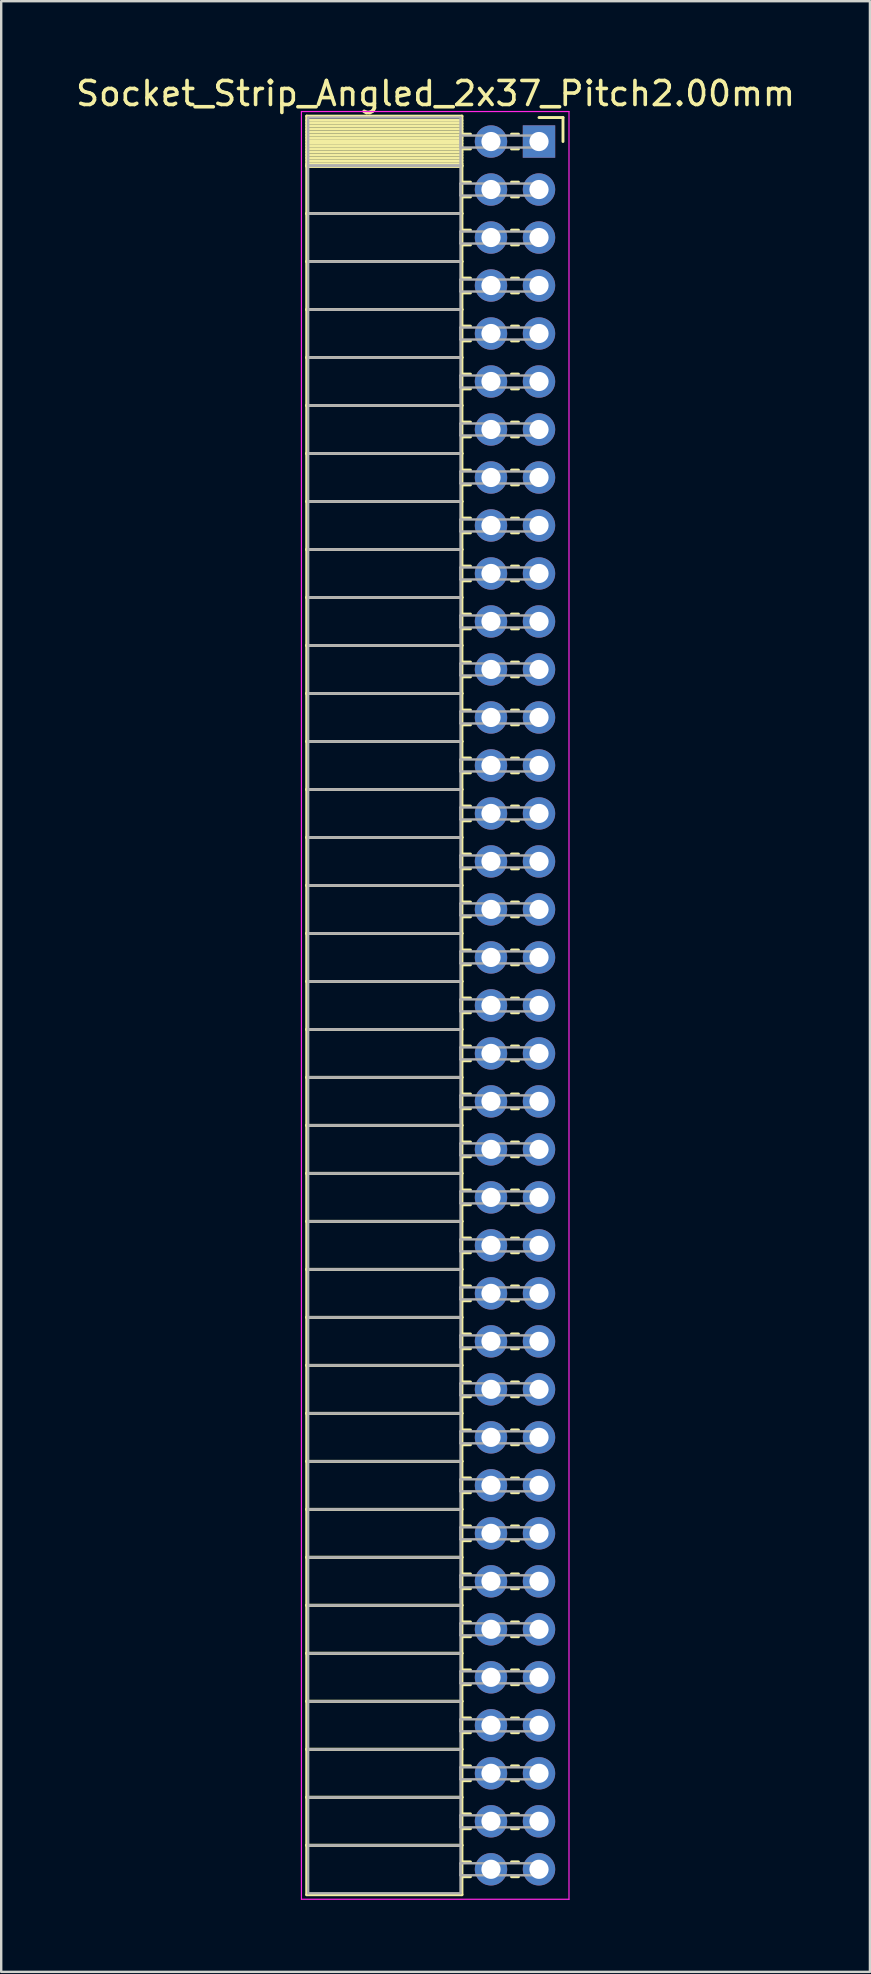
<source format=kicad_pcb>
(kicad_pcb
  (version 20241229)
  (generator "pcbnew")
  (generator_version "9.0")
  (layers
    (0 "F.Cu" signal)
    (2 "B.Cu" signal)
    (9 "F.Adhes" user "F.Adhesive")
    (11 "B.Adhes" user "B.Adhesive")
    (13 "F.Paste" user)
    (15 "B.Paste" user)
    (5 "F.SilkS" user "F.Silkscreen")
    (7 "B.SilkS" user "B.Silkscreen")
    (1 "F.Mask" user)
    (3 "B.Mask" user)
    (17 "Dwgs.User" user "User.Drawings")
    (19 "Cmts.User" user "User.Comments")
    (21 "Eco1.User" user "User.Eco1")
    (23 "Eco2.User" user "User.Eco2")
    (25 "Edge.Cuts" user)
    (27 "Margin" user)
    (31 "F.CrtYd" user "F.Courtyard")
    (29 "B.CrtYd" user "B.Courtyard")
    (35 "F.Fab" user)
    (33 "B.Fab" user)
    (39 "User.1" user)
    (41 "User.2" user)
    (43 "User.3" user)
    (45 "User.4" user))
  (footprint "Socket_Strip_Angled_2x37_Pitch2.00mm"
    (layer "F.Cu")
    (at 19.411 2.848)
    (property "Reference" "Socket_Strip_Angled_2x37_Pitch2.00mm" (at -4.31 -2 0) (layer "F.SilkS") (effects (font (size 1 1) (thickness 0.15))))
    (attr through_hole)
    (fp_line (start -9.68 -1.06) (end -3.21 -1.06) (stroke (width 0.12) (type solid)) (layer "F.SilkS"))
    (fp_line (start -9.68 1) (end -9.68 -1.06) (stroke (width 0.12) (type solid)) (layer "F.SilkS"))
    (fp_line (start -9.68 1) (end -3.21 1) (stroke (width 0.12) (type solid)) (layer "F.SilkS"))
    (fp_line (start -9.68 3) (end -9.68 1) (stroke (width 0.12) (type solid)) (layer "F.SilkS"))
    (fp_line (start -9.68 3) (end -3.21 3) (stroke (width 0.12) (type solid)) (layer "F.SilkS"))
    (fp_line (start -9.68 5) (end -9.68 3) (stroke (width 0.12) (type solid)) (layer "F.SilkS"))
    (fp_line (start -9.68 5) (end -3.21 5) (stroke (width 0.12) (type solid)) (layer "F.SilkS"))
    (fp_line (start -9.68 7) (end -9.68 5) (stroke (width 0.12) (type solid)) (layer "F.SilkS"))
    (fp_line (start -9.68 7) (end -3.21 7) (stroke (width 0.12) (type solid)) (layer "F.SilkS"))
    (fp_line (start -9.68 9) (end -9.68 7) (stroke (width 0.12) (type solid)) (layer "F.SilkS"))
    (fp_line (start -9.68 9) (end -3.21 9) (stroke (width 0.12) (type solid)) (layer "F.SilkS"))
    (fp_line (start -9.68 11) (end -9.68 9) (stroke (width 0.12) (type solid)) (layer "F.SilkS"))
    (fp_line (start -9.68 11) (end -3.21 11) (stroke (width 0.12) (type solid)) (layer "F.SilkS"))
    (fp_line (start -9.68 13) (end -9.68 11) (stroke (width 0.12) (type solid)) (layer "F.SilkS"))
    (fp_line (start -9.68 13) (end -3.21 13) (stroke (width 0.12) (type solid)) (layer "F.SilkS"))
    (fp_line (start -9.68 15) (end -9.68 13) (stroke (width 0.12) (type solid)) (layer "F.SilkS"))
    (fp_line (start -9.68 15) (end -3.21 15) (stroke (width 0.12) (type solid)) (layer "F.SilkS"))
    (fp_line (start -9.68 17) (end -9.68 15) (stroke (width 0.12) (type solid)) (layer "F.SilkS"))
    (fp_line (start -9.68 17) (end -3.21 17) (stroke (width 0.12) (type solid)) (layer "F.SilkS"))
    (fp_line (start -9.68 19) (end -9.68 17) (stroke (width 0.12) (type solid)) (layer "F.SilkS"))
    (fp_line (start -9.68 19) (end -3.21 19) (stroke (width 0.12) (type solid)) (layer "F.SilkS"))
    (fp_line (start -9.68 21) (end -9.68 19) (stroke (width 0.12) (type solid)) (layer "F.SilkS"))
    (fp_line (start -9.68 21) (end -3.21 21) (stroke (width 0.12) (type solid)) (layer "F.SilkS"))
    (fp_line (start -9.68 23) (end -9.68 21) (stroke (width 0.12) (type solid)) (layer "F.SilkS"))
    (fp_line (start -9.68 23) (end -3.21 23) (stroke (width 0.12) (type solid)) (layer "F.SilkS"))
    (fp_line (start -9.68 25) (end -9.68 23) (stroke (width 0.12) (type solid)) (layer "F.SilkS"))
    (fp_line (start -9.68 25) (end -3.21 25) (stroke (width 0.12) (type solid)) (layer "F.SilkS"))
    (fp_line (start -9.68 27) (end -9.68 25) (stroke (width 0.12) (type solid)) (layer "F.SilkS"))
    (fp_line (start -9.68 27) (end -3.21 27) (stroke (width 0.12) (type solid)) (layer "F.SilkS"))
    (fp_line (start -9.68 29) (end -9.68 27) (stroke (width 0.12) (type solid)) (layer "F.SilkS"))
    (fp_line (start -9.68 29) (end -3.21 29) (stroke (width 0.12) (type solid)) (layer "F.SilkS"))
    (fp_line (start -9.68 31) (end -9.68 29) (stroke (width 0.12) (type solid)) (layer "F.SilkS"))
    (fp_line (start -9.68 31) (end -3.21 31) (stroke (width 0.12) (type solid)) (layer "F.SilkS"))
    (fp_line (start -9.68 33) (end -9.68 31) (stroke (width 0.12) (type solid)) (layer "F.SilkS"))
    (fp_line (start -9.68 33) (end -3.21 33) (stroke (width 0.12) (type solid)) (layer "F.SilkS"))
    (fp_line (start -9.68 35) (end -9.68 33) (stroke (width 0.12) (type solid)) (layer "F.SilkS"))
    (fp_line (start -9.68 35) (end -3.21 35) (stroke (width 0.12) (type solid)) (layer "F.SilkS"))
    (fp_line (start -9.68 37) (end -9.68 35) (stroke (width 0.12) (type solid)) (layer "F.SilkS"))
    (fp_line (start -9.68 37) (end -3.21 37) (stroke (width 0.12) (type solid)) (layer "F.SilkS"))
    (fp_line (start -9.68 39) (end -9.68 37) (stroke (width 0.12) (type solid)) (layer "F.SilkS"))
    (fp_line (start -9.68 39) (end -3.21 39) (stroke (width 0.12) (type solid)) (layer "F.SilkS"))
    (fp_line (start -9.68 41) (end -9.68 39) (stroke (width 0.12) (type solid)) (layer "F.SilkS"))
    (fp_line (start -9.68 41) (end -3.21 41) (stroke (width 0.12) (type solid)) (layer "F.SilkS"))
    (fp_line (start -9.68 43) (end -9.68 41) (stroke (width 0.12) (type solid)) (layer "F.SilkS"))
    (fp_line (start -9.68 43) (end -3.21 43) (stroke (width 0.12) (type solid)) (layer "F.SilkS"))
    (fp_line (start -9.68 45) (end -9.68 43) (stroke (width 0.12) (type solid)) (layer "F.SilkS"))
    (fp_line (start -9.68 45) (end -3.21 45) (stroke (width 0.12) (type solid)) (layer "F.SilkS"))
    (fp_line (start -9.68 47) (end -9.68 45) (stroke (width 0.12) (type solid)) (layer "F.SilkS"))
    (fp_line (start -9.68 47) (end -3.21 47) (stroke (width 0.12) (type solid)) (layer "F.SilkS"))
    (fp_line (start -9.68 49) (end -9.68 47) (stroke (width 0.12) (type solid)) (layer "F.SilkS"))
    (fp_line (start -9.68 49) (end -3.21 49) (stroke (width 0.12) (type solid)) (layer "F.SilkS"))
    (fp_line (start -9.68 51) (end -9.68 49) (stroke (width 0.12) (type solid)) (layer "F.SilkS"))
    (fp_line (start -9.68 51) (end -3.21 51) (stroke (width 0.12) (type solid)) (layer "F.SilkS"))
    (fp_line (start -9.68 53) (end -9.68 51) (stroke (width 0.12) (type solid)) (layer "F.SilkS"))
    (fp_line (start -9.68 53) (end -3.21 53) (stroke (width 0.12) (type solid)) (layer "F.SilkS"))
    (fp_line (start -9.68 55) (end -9.68 53) (stroke (width 0.12) (type solid)) (layer "F.SilkS"))
    (fp_line (start -9.68 55) (end -3.21 55) (stroke (width 0.12) (type solid)) (layer "F.SilkS"))
    (fp_line (start -9.68 57) (end -9.68 55) (stroke (width 0.12) (type solid)) (layer "F.SilkS"))
    (fp_line (start -9.68 57) (end -3.21 57) (stroke (width 0.12) (type solid)) (layer "F.SilkS"))
    (fp_line (start -9.68 59) (end -9.68 57) (stroke (width 0.12) (type solid)) (layer "F.SilkS"))
    (fp_line (start -9.68 59) (end -3.21 59) (stroke (width 0.12) (type solid)) (layer "F.SilkS"))
    (fp_line (start -9.68 61) (end -9.68 59) (stroke (width 0.12) (type solid)) (layer "F.SilkS"))
    (fp_line (start -9.68 61) (end -3.21 61) (stroke (width 0.12) (type solid)) (layer "F.SilkS"))
    (fp_line (start -9.68 63) (end -9.68 61) (stroke (width 0.12) (type solid)) (layer "F.SilkS"))
    (fp_line (start -9.68 63) (end -3.21 63) (stroke (width 0.12) (type solid)) (layer "F.SilkS"))
    (fp_line (start -9.68 65) (end -9.68 63) (stroke (width 0.12) (type solid)) (layer "F.SilkS"))
    (fp_line (start -9.68 65) (end -3.21 65) (stroke (width 0.12) (type solid)) (layer "F.SilkS"))
    (fp_line (start -9.68 67) (end -9.68 65) (stroke (width 0.12) (type solid)) (layer "F.SilkS"))
    (fp_line (start -9.68 67) (end -3.21 67) (stroke (width 0.12) (type solid)) (layer "F.SilkS"))
    (fp_line (start -9.68 69) (end -9.68 67) (stroke (width 0.12) (type solid)) (layer "F.SilkS"))
    (fp_line (start -9.68 69) (end -3.21 69) (stroke (width 0.12) (type solid)) (layer "F.SilkS"))
    (fp_line (start -9.68 71) (end -9.68 69) (stroke (width 0.12) (type solid)) (layer "F.SilkS"))
    (fp_line (start -9.68 71) (end -3.21 71) (stroke (width 0.12) (type solid)) (layer "F.SilkS"))
    (fp_line (start -9.68 73.06) (end -9.68 71) (stroke (width 0.12) (type solid)) (layer "F.SilkS"))
    (fp_line (start -3.21 -1.06) (end -3.21 1) (stroke (width 0.12) (type solid)) (layer "F.SilkS"))
    (fp_line (start -3.21 -0.88) (end -9.68 -0.88) (stroke (width 0.12) (type solid)) (layer "F.SilkS"))
    (fp_line (start -3.21 -0.76) (end -9.68 -0.76) (stroke (width 0.12) (type solid)) (layer "F.SilkS"))
    (fp_line (start -3.21 -0.64) (end -9.68 -0.64) (stroke (width 0.12) (type solid)) (layer "F.SilkS"))
    (fp_line (start -3.21 -0.52) (end -9.68 -0.52) (stroke (width 0.12) (type solid)) (layer "F.SilkS"))
    (fp_line (start -3.21 -0.4) (end -9.68 -0.4) (stroke (width 0.12) (type solid)) (layer "F.SilkS"))
    (fp_line (start -3.21 -0.28) (end -9.68 -0.28) (stroke (width 0.12) (type solid)) (layer "F.SilkS"))
    (fp_line (start -3.21 -0.16) (end -9.68 -0.16) (stroke (width 0.12) (type solid)) (layer "F.SilkS"))
    (fp_line (start -3.21 -0.04) (end -9.68 -0.04) (stroke (width 0.12) (type solid)) (layer "F.SilkS"))
    (fp_line (start -3.21 0.08) (end -9.68 0.08) (stroke (width 0.12) (type solid)) (layer "F.SilkS"))
    (fp_line (start -3.21 0.2) (end -9.68 0.2) (stroke (width 0.12) (type solid)) (layer "F.SilkS"))
    (fp_line (start -3.21 0.32) (end -9.68 0.32) (stroke (width 0.12) (type solid)) (layer "F.SilkS"))
    (fp_line (start -3.21 0.44) (end -9.68 0.44) (stroke (width 0.12) (type solid)) (layer "F.SilkS"))
    (fp_line (start -3.21 0.56) (end -9.68 0.56) (stroke (width 0.12) (type solid)) (layer "F.SilkS"))
    (fp_line (start -3.21 0.68) (end -9.68 0.68) (stroke (width 0.12) (type solid)) (layer "F.SilkS"))
    (fp_line (start -3.21 0.8) (end -9.68 0.8) (stroke (width 0.12) (type solid)) (layer "F.SilkS"))
    (fp_line (start -3.21 0.92) (end -9.68 0.92) (stroke (width 0.12) (type solid)) (layer "F.SilkS"))
    (fp_line (start -3.21 1) (end -9.68 1) (stroke (width 0.12) (type solid)) (layer "F.SilkS"))
    (fp_line (start -3.21 1) (end -3.21 3) (stroke (width 0.12) (type solid)) (layer "F.SilkS"))
    (fp_line (start -3.21 1.04) (end -9.68 1.04) (stroke (width 0.12) (type solid)) (layer "F.SilkS"))
    (fp_line (start -3.21 3) (end -9.68 3) (stroke (width 0.12) (type solid)) (layer "F.SilkS"))
    (fp_line (start -3.21 3) (end -3.21 5) (stroke (width 0.12) (type solid)) (layer "F.SilkS"))
    (fp_line (start -3.21 5) (end -9.68 5) (stroke (width 0.12) (type solid)) (layer "F.SilkS"))
    (fp_line (start -3.21 5) (end -3.21 7) (stroke (width 0.12) (type solid)) (layer "F.SilkS"))
    (fp_line (start -3.21 7) (end -9.68 7) (stroke (width 0.12) (type solid)) (layer "F.SilkS"))
    (fp_line (start -3.21 7) (end -3.21 9) (stroke (width 0.12) (type solid)) (layer "F.SilkS"))
    (fp_line (start -3.21 9) (end -9.68 9) (stroke (width 0.12) (type solid)) (layer "F.SilkS"))
    (fp_line (start -3.21 9) (end -3.21 11) (stroke (width 0.12) (type solid)) (layer "F.SilkS"))
    (fp_line (start -3.21 11) (end -9.68 11) (stroke (width 0.12) (type solid)) (layer "F.SilkS"))
    (fp_line (start -3.21 11) (end -3.21 13) (stroke (width 0.12) (type solid)) (layer "F.SilkS"))
    (fp_line (start -3.21 13) (end -9.68 13) (stroke (width 0.12) (type solid)) (layer "F.SilkS"))
    (fp_line (start -3.21 13) (end -3.21 15) (stroke (width 0.12) (type solid)) (layer "F.SilkS"))
    (fp_line (start -3.21 15) (end -9.68 15) (stroke (width 0.12) (type solid)) (layer "F.SilkS"))
    (fp_line (start -3.21 15) (end -3.21 17) (stroke (width 0.12) (type solid)) (layer "F.SilkS"))
    (fp_line (start -3.21 17) (end -9.68 17) (stroke (width 0.12) (type solid)) (layer "F.SilkS"))
    (fp_line (start -3.21 17) (end -3.21 19) (stroke (width 0.12) (type solid)) (layer "F.SilkS"))
    (fp_line (start -3.21 19) (end -9.68 19) (stroke (width 0.12) (type solid)) (layer "F.SilkS"))
    (fp_line (start -3.21 19) (end -3.21 21) (stroke (width 0.12) (type solid)) (layer "F.SilkS"))
    (fp_line (start -3.21 21) (end -9.68 21) (stroke (width 0.12) (type solid)) (layer "F.SilkS"))
    (fp_line (start -3.21 21) (end -3.21 23) (stroke (width 0.12) (type solid)) (layer "F.SilkS"))
    (fp_line (start -3.21 23) (end -9.68 23) (stroke (width 0.12) (type solid)) (layer "F.SilkS"))
    (fp_line (start -3.21 23) (end -3.21 25) (stroke (width 0.12) (type solid)) (layer "F.SilkS"))
    (fp_line (start -3.21 25) (end -9.68 25) (stroke (width 0.12) (type solid)) (layer "F.SilkS"))
    (fp_line (start -3.21 25) (end -3.21 27) (stroke (width 0.12) (type solid)) (layer "F.SilkS"))
    (fp_line (start -3.21 27) (end -9.68 27) (stroke (width 0.12) (type solid)) (layer "F.SilkS"))
    (fp_line (start -3.21 27) (end -3.21 29) (stroke (width 0.12) (type solid)) (layer "F.SilkS"))
    (fp_line (start -3.21 29) (end -9.68 29) (stroke (width 0.12) (type solid)) (layer "F.SilkS"))
    (fp_line (start -3.21 29) (end -3.21 31) (stroke (width 0.12) (type solid)) (layer "F.SilkS"))
    (fp_line (start -3.21 31) (end -9.68 31) (stroke (width 0.12) (type solid)) (layer "F.SilkS"))
    (fp_line (start -3.21 31) (end -3.21 33) (stroke (width 0.12) (type solid)) (layer "F.SilkS"))
    (fp_line (start -3.21 33) (end -9.68 33) (stroke (width 0.12) (type solid)) (layer "F.SilkS"))
    (fp_line (start -3.21 33) (end -3.21 35) (stroke (width 0.12) (type solid)) (layer "F.SilkS"))
    (fp_line (start -3.21 35) (end -9.68 35) (stroke (width 0.12) (type solid)) (layer "F.SilkS"))
    (fp_line (start -3.21 35) (end -3.21 37) (stroke (width 0.12) (type solid)) (layer "F.SilkS"))
    (fp_line (start -3.21 37) (end -9.68 37) (stroke (width 0.12) (type solid)) (layer "F.SilkS"))
    (fp_line (start -3.21 37) (end -3.21 39) (stroke (width 0.12) (type solid)) (layer "F.SilkS"))
    (fp_line (start -3.21 39) (end -9.68 39) (stroke (width 0.12) (type solid)) (layer "F.SilkS"))
    (fp_line (start -3.21 39) (end -3.21 41) (stroke (width 0.12) (type solid)) (layer "F.SilkS"))
    (fp_line (start -3.21 41) (end -9.68 41) (stroke (width 0.12) (type solid)) (layer "F.SilkS"))
    (fp_line (start -3.21 41) (end -3.21 43) (stroke (width 0.12) (type solid)) (layer "F.SilkS"))
    (fp_line (start -3.21 43) (end -9.68 43) (stroke (width 0.12) (type solid)) (layer "F.SilkS"))
    (fp_line (start -3.21 43) (end -3.21 45) (stroke (width 0.12) (type solid)) (layer "F.SilkS"))
    (fp_line (start -3.21 45) (end -9.68 45) (stroke (width 0.12) (type solid)) (layer "F.SilkS"))
    (fp_line (start -3.21 45) (end -3.21 47) (stroke (width 0.12) (type solid)) (layer "F.SilkS"))
    (fp_line (start -3.21 47) (end -9.68 47) (stroke (width 0.12) (type solid)) (layer "F.SilkS"))
    (fp_line (start -3.21 47) (end -3.21 49) (stroke (width 0.12) (type solid)) (layer "F.SilkS"))
    (fp_line (start -3.21 49) (end -9.68 49) (stroke (width 0.12) (type solid)) (layer "F.SilkS"))
    (fp_line (start -3.21 49) (end -3.21 51) (stroke (width 0.12) (type solid)) (layer "F.SilkS"))
    (fp_line (start -3.21 51) (end -9.68 51) (stroke (width 0.12) (type solid)) (layer "F.SilkS"))
    (fp_line (start -3.21 51) (end -3.21 53) (stroke (width 0.12) (type solid)) (layer "F.SilkS"))
    (fp_line (start -3.21 53) (end -9.68 53) (stroke (width 0.12) (type solid)) (layer "F.SilkS"))
    (fp_line (start -3.21 53) (end -3.21 55) (stroke (width 0.12) (type solid)) (layer "F.SilkS"))
    (fp_line (start -3.21 55) (end -9.68 55) (stroke (width 0.12) (type solid)) (layer "F.SilkS"))
    (fp_line (start -3.21 55) (end -3.21 57) (stroke (width 0.12) (type solid)) (layer "F.SilkS"))
    (fp_line (start -3.21 57) (end -9.68 57) (stroke (width 0.12) (type solid)) (layer "F.SilkS"))
    (fp_line (start -3.21 57) (end -3.21 59) (stroke (width 0.12) (type solid)) (layer "F.SilkS"))
    (fp_line (start -3.21 59) (end -9.68 59) (stroke (width 0.12) (type solid)) (layer "F.SilkS"))
    (fp_line (start -3.21 59) (end -3.21 61) (stroke (width 0.12) (type solid)) (layer "F.SilkS"))
    (fp_line (start -3.21 61) (end -9.68 61) (stroke (width 0.12) (type solid)) (layer "F.SilkS"))
    (fp_line (start -3.21 61) (end -3.21 63) (stroke (width 0.12) (type solid)) (layer "F.SilkS"))
    (fp_line (start -3.21 63) (end -9.68 63) (stroke (width 0.12) (type solid)) (layer "F.SilkS"))
    (fp_line (start -3.21 63) (end -3.21 65) (stroke (width 0.12) (type solid)) (layer "F.SilkS"))
    (fp_line (start -3.21 65) (end -9.68 65) (stroke (width 0.12) (type solid)) (layer "F.SilkS"))
    (fp_line (start -3.21 65) (end -3.21 67) (stroke (width 0.12) (type solid)) (layer "F.SilkS"))
    (fp_line (start -3.21 67) (end -9.68 67) (stroke (width 0.12) (type solid)) (layer "F.SilkS"))
    (fp_line (start -3.21 67) (end -3.21 69) (stroke (width 0.12) (type solid)) (layer "F.SilkS"))
    (fp_line (start -3.21 69) (end -9.68 69) (stroke (width 0.12) (type solid)) (layer "F.SilkS"))
    (fp_line (start -3.21 69) (end -3.21 71) (stroke (width 0.12) (type solid)) (layer "F.SilkS"))
    (fp_line (start -3.21 71) (end -9.68 71) (stroke (width 0.12) (type solid)) (layer "F.SilkS"))
    (fp_line (start -3.21 71) (end -3.21 73.06) (stroke (width 0.12) (type solid)) (layer "F.SilkS"))
    (fp_line (start -3.21 73.06) (end -9.68 73.06) (stroke (width 0.12) (type solid)) (layer "F.SilkS"))
    (fp_line (start -2.855 -0.31) (end -3.21 -0.31) (stroke (width 0.12) (type solid)) (layer "F.SilkS"))
    (fp_line (start -2.855 0.31) (end -3.21 0.31) (stroke (width 0.12) (type solid)) (layer "F.SilkS"))
    (fp_line (start -2.855 1.69) (end -3.21 1.69) (stroke (width 0.12) (type solid)) (layer "F.SilkS"))
    (fp_line (start -2.855 2.31) (end -3.21 2.31) (stroke (width 0.12) (type solid)) (layer "F.SilkS"))
    (fp_line (start -2.855 3.69) (end -3.21 3.69) (stroke (width 0.12) (type solid)) (layer "F.SilkS"))
    (fp_line (start -2.855 4.31) (end -3.21 4.31) (stroke (width 0.12) (type solid)) (layer "F.SilkS"))
    (fp_line (start -2.855 5.69) (end -3.21 5.69) (stroke (width 0.12) (type solid)) (layer "F.SilkS"))
    (fp_line (start -2.855 6.31) (end -3.21 6.31) (stroke (width 0.12) (type solid)) (layer "F.SilkS"))
    (fp_line (start -2.855 7.69) (end -3.21 7.69) (stroke (width 0.12) (type solid)) (layer "F.SilkS"))
    (fp_line (start -2.855 8.31) (end -3.21 8.31) (stroke (width 0.12) (type solid)) (layer "F.SilkS"))
    (fp_line (start -2.855 9.69) (end -3.21 9.69) (stroke (width 0.12) (type solid)) (layer "F.SilkS"))
    (fp_line (start -2.855 10.31) (end -3.21 10.31) (stroke (width 0.12) (type solid)) (layer "F.SilkS"))
    (fp_line (start -2.855 11.69) (end -3.21 11.69) (stroke (width 0.12) (type solid)) (layer "F.SilkS"))
    (fp_line (start -2.855 12.31) (end -3.21 12.31) (stroke (width 0.12) (type solid)) (layer "F.SilkS"))
    (fp_line (start -2.855 13.69) (end -3.21 13.69) (stroke (width 0.12) (type solid)) (layer "F.SilkS"))
    (fp_line (start -2.855 14.31) (end -3.21 14.31) (stroke (width 0.12) (type solid)) (layer "F.SilkS"))
    (fp_line (start -2.855 15.69) (end -3.21 15.69) (stroke (width 0.12) (type solid)) (layer "F.SilkS"))
    (fp_line (start -2.855 16.31) (end -3.21 16.31) (stroke (width 0.12) (type solid)) (layer "F.SilkS"))
    (fp_line (start -2.855 17.69) (end -3.21 17.69) (stroke (width 0.12) (type solid)) (layer "F.SilkS"))
    (fp_line (start -2.855 18.31) (end -3.21 18.31) (stroke (width 0.12) (type solid)) (layer "F.SilkS"))
    (fp_line (start -2.855 19.69) (end -3.21 19.69) (stroke (width 0.12) (type solid)) (layer "F.SilkS"))
    (fp_line (start -2.855 20.31) (end -3.21 20.31) (stroke (width 0.12) (type solid)) (layer "F.SilkS"))
    (fp_line (start -2.855 21.69) (end -3.21 21.69) (stroke (width 0.12) (type solid)) (layer "F.SilkS"))
    (fp_line (start -2.855 22.31) (end -3.21 22.31) (stroke (width 0.12) (type solid)) (layer "F.SilkS"))
    (fp_line (start -2.855 23.69) (end -3.21 23.69) (stroke (width 0.12) (type solid)) (layer "F.SilkS"))
    (fp_line (start -2.855 24.31) (end -3.21 24.31) (stroke (width 0.12) (type solid)) (layer "F.SilkS"))
    (fp_line (start -2.855 25.69) (end -3.21 25.69) (stroke (width 0.12) (type solid)) (layer "F.SilkS"))
    (fp_line (start -2.855 26.31) (end -3.21 26.31) (stroke (width 0.12) (type solid)) (layer "F.SilkS"))
    (fp_line (start -2.855 27.69) (end -3.21 27.69) (stroke (width 0.12) (type solid)) (layer "F.SilkS"))
    (fp_line (start -2.855 28.31) (end -3.21 28.31) (stroke (width 0.12) (type solid)) (layer "F.SilkS"))
    (fp_line (start -2.855 29.69) (end -3.21 29.69) (stroke (width 0.12) (type solid)) (layer "F.SilkS"))
    (fp_line (start -2.855 30.31) (end -3.21 30.31) (stroke (width 0.12) (type solid)) (layer "F.SilkS"))
    (fp_line (start -2.855 31.69) (end -3.21 31.69) (stroke (width 0.12) (type solid)) (layer "F.SilkS"))
    (fp_line (start -2.855 32.31) (end -3.21 32.31) (stroke (width 0.12) (type solid)) (layer "F.SilkS"))
    (fp_line (start -2.855 33.69) (end -3.21 33.69) (stroke (width 0.12) (type solid)) (layer "F.SilkS"))
    (fp_line (start -2.855 34.31) (end -3.21 34.31) (stroke (width 0.12) (type solid)) (layer "F.SilkS"))
    (fp_line (start -2.855 35.69) (end -3.21 35.69) (stroke (width 0.12) (type solid)) (layer "F.SilkS"))
    (fp_line (start -2.855 36.31) (end -3.21 36.31) (stroke (width 0.12) (type solid)) (layer "F.SilkS"))
    (fp_line (start -2.855 37.69) (end -3.21 37.69) (stroke (width 0.12) (type solid)) (layer "F.SilkS"))
    (fp_line (start -2.855 38.31) (end -3.21 38.31) (stroke (width 0.12) (type solid)) (layer "F.SilkS"))
    (fp_line (start -2.855 39.69) (end -3.21 39.69) (stroke (width 0.12) (type solid)) (layer "F.SilkS"))
    (fp_line (start -2.855 40.31) (end -3.21 40.31) (stroke (width 0.12) (type solid)) (layer "F.SilkS"))
    (fp_line (start -2.855 41.69) (end -3.21 41.69) (stroke (width 0.12) (type solid)) (layer "F.SilkS"))
    (fp_line (start -2.855 42.31) (end -3.21 42.31) (stroke (width 0.12) (type solid)) (layer "F.SilkS"))
    (fp_line (start -2.855 43.69) (end -3.21 43.69) (stroke (width 0.12) (type solid)) (layer "F.SilkS"))
    (fp_line (start -2.855 44.31) (end -3.21 44.31) (stroke (width 0.12) (type solid)) (layer "F.SilkS"))
    (fp_line (start -2.855 45.69) (end -3.21 45.69) (stroke (width 0.12) (type solid)) (layer "F.SilkS"))
    (fp_line (start -2.855 46.31) (end -3.21 46.31) (stroke (width 0.12) (type solid)) (layer "F.SilkS"))
    (fp_line (start -2.855 47.69) (end -3.21 47.69) (stroke (width 0.12) (type solid)) (layer "F.SilkS"))
    (fp_line (start -2.855 48.31) (end -3.21 48.31) (stroke (width 0.12) (type solid)) (layer "F.SilkS"))
    (fp_line (start -2.855 49.69) (end -3.21 49.69) (stroke (width 0.12) (type solid)) (layer "F.SilkS"))
    (fp_line (start -2.855 50.31) (end -3.21 50.31) (stroke (width 0.12) (type solid)) (layer "F.SilkS"))
    (fp_line (start -2.855 51.69) (end -3.21 51.69) (stroke (width 0.12) (type solid)) (layer "F.SilkS"))
    (fp_line (start -2.855 52.31) (end -3.21 52.31) (stroke (width 0.12) (type solid)) (layer "F.SilkS"))
    (fp_line (start -2.855 53.69) (end -3.21 53.69) (stroke (width 0.12) (type solid)) (layer "F.SilkS"))
    (fp_line (start -2.855 54.31) (end -3.21 54.31) (stroke (width 0.12) (type solid)) (layer "F.SilkS"))
    (fp_line (start -2.855 55.69) (end -3.21 55.69) (stroke (width 0.12) (type solid)) (layer "F.SilkS"))
    (fp_line (start -2.855 56.31) (end -3.21 56.31) (stroke (width 0.12) (type solid)) (layer "F.SilkS"))
    (fp_line (start -2.855 57.69) (end -3.21 57.69) (stroke (width 0.12) (type solid)) (layer "F.SilkS"))
    (fp_line (start -2.855 58.31) (end -3.21 58.31) (stroke (width 0.12) (type solid)) (layer "F.SilkS"))
    (fp_line (start -2.855 59.69) (end -3.21 59.69) (stroke (width 0.12) (type solid)) (layer "F.SilkS"))
    (fp_line (start -2.855 60.31) (end -3.21 60.31) (stroke (width 0.12) (type solid)) (layer "F.SilkS"))
    (fp_line (start -2.855 61.69) (end -3.21 61.69) (stroke (width 0.12) (type solid)) (layer "F.SilkS"))
    (fp_line (start -2.855 62.31) (end -3.21 62.31) (stroke (width 0.12) (type solid)) (layer "F.SilkS"))
    (fp_line (start -2.855 63.69) (end -3.21 63.69) (stroke (width 0.12) (type solid)) (layer "F.SilkS"))
    (fp_line (start -2.855 64.31) (end -3.21 64.31) (stroke (width 0.12) (type solid)) (layer "F.SilkS"))
    (fp_line (start -2.855 65.69) (end -3.21 65.69) (stroke (width 0.12) (type solid)) (layer "F.SilkS"))
    (fp_line (start -2.855 66.31) (end -3.21 66.31) (stroke (width 0.12) (type solid)) (layer "F.SilkS"))
    (fp_line (start -2.855 67.69) (end -3.21 67.69) (stroke (width 0.12) (type solid)) (layer "F.SilkS"))
    (fp_line (start -2.855 68.31) (end -3.21 68.31) (stroke (width 0.12) (type solid)) (layer "F.SilkS"))
    (fp_line (start -2.855 69.69) (end -3.21 69.69) (stroke (width 0.12) (type solid)) (layer "F.SilkS"))
    (fp_line (start -2.855 70.31) (end -3.21 70.31) (stroke (width 0.12) (type solid)) (layer "F.SilkS"))
    (fp_line (start -2.855 71.69) (end -3.21 71.69) (stroke (width 0.12) (type solid)) (layer "F.SilkS"))
    (fp_line (start -2.855 72.31) (end -3.21 72.31) (stroke (width 0.12) (type solid)) (layer "F.SilkS"))
    (fp_line (start -0.855 -0.31) (end -1.145 -0.31) (stroke (width 0.12) (type solid)) (layer "F.SilkS"))
    (fp_line (start -0.855 0.31) (end -1.145 0.31) (stroke (width 0.12) (type solid)) (layer "F.SilkS"))
    (fp_line (start -0.855 1.69) (end -1.145 1.69) (stroke (width 0.12) (type solid)) (layer "F.SilkS"))
    (fp_line (start -0.855 2.31) (end -1.145 2.31) (stroke (width 0.12) (type solid)) (layer "F.SilkS"))
    (fp_line (start -0.855 3.69) (end -1.145 3.69) (stroke (width 0.12) (type solid)) (layer "F.SilkS"))
    (fp_line (start -0.855 4.31) (end -1.145 4.31) (stroke (width 0.12) (type solid)) (layer "F.SilkS"))
    (fp_line (start -0.855 5.69) (end -1.145 5.69) (stroke (width 0.12) (type solid)) (layer "F.SilkS"))
    (fp_line (start -0.855 6.31) (end -1.145 6.31) (stroke (width 0.12) (type solid)) (layer "F.SilkS"))
    (fp_line (start -0.855 7.69) (end -1.145 7.69) (stroke (width 0.12) (type solid)) (layer "F.SilkS"))
    (fp_line (start -0.855 8.31) (end -1.145 8.31) (stroke (width 0.12) (type solid)) (layer "F.SilkS"))
    (fp_line (start -0.855 9.69) (end -1.145 9.69) (stroke (width 0.12) (type solid)) (layer "F.SilkS"))
    (fp_line (start -0.855 10.31) (end -1.145 10.31) (stroke (width 0.12) (type solid)) (layer "F.SilkS"))
    (fp_line (start -0.855 11.69) (end -1.145 11.69) (stroke (width 0.12) (type solid)) (layer "F.SilkS"))
    (fp_line (start -0.855 12.31) (end -1.145 12.31) (stroke (width 0.12) (type solid)) (layer "F.SilkS"))
    (fp_line (start -0.855 13.69) (end -1.145 13.69) (stroke (width 0.12) (type solid)) (layer "F.SilkS"))
    (fp_line (start -0.855 14.31) (end -1.145 14.31) (stroke (width 0.12) (type solid)) (layer "F.SilkS"))
    (fp_line (start -0.855 15.69) (end -1.145 15.69) (stroke (width 0.12) (type solid)) (layer "F.SilkS"))
    (fp_line (start -0.855 16.31) (end -1.145 16.31) (stroke (width 0.12) (type solid)) (layer "F.SilkS"))
    (fp_line (start -0.855 17.69) (end -1.145 17.69) (stroke (width 0.12) (type solid)) (layer "F.SilkS"))
    (fp_line (start -0.855 18.31) (end -1.145 18.31) (stroke (width 0.12) (type solid)) (layer "F.SilkS"))
    (fp_line (start -0.855 19.69) (end -1.145 19.69) (stroke (width 0.12) (type solid)) (layer "F.SilkS"))
    (fp_line (start -0.855 20.31) (end -1.145 20.31) (stroke (width 0.12) (type solid)) (layer "F.SilkS"))
    (fp_line (start -0.855 21.69) (end -1.145 21.69) (stroke (width 0.12) (type solid)) (layer "F.SilkS"))
    (fp_line (start -0.855 22.31) (end -1.145 22.31) (stroke (width 0.12) (type solid)) (layer "F.SilkS"))
    (fp_line (start -0.855 23.69) (end -1.145 23.69) (stroke (width 0.12) (type solid)) (layer "F.SilkS"))
    (fp_line (start -0.855 24.31) (end -1.145 24.31) (stroke (width 0.12) (type solid)) (layer "F.SilkS"))
    (fp_line (start -0.855 25.69) (end -1.145 25.69) (stroke (width 0.12) (type solid)) (layer "F.SilkS"))
    (fp_line (start -0.855 26.31) (end -1.145 26.31) (stroke (width 0.12) (type solid)) (layer "F.SilkS"))
    (fp_line (start -0.855 27.69) (end -1.145 27.69) (stroke (width 0.12) (type solid)) (layer "F.SilkS"))
    (fp_line (start -0.855 28.31) (end -1.145 28.31) (stroke (width 0.12) (type solid)) (layer "F.SilkS"))
    (fp_line (start -0.855 29.69) (end -1.145 29.69) (stroke (width 0.12) (type solid)) (layer "F.SilkS"))
    (fp_line (start -0.855 30.31) (end -1.145 30.31) (stroke (width 0.12) (type solid)) (layer "F.SilkS"))
    (fp_line (start -0.855 31.69) (end -1.145 31.69) (stroke (width 0.12) (type solid)) (layer "F.SilkS"))
    (fp_line (start -0.855 32.31) (end -1.145 32.31) (stroke (width 0.12) (type solid)) (layer "F.SilkS"))
    (fp_line (start -0.855 33.69) (end -1.145 33.69) (stroke (width 0.12) (type solid)) (layer "F.SilkS"))
    (fp_line (start -0.855 34.31) (end -1.145 34.31) (stroke (width 0.12) (type solid)) (layer "F.SilkS"))
    (fp_line (start -0.855 35.69) (end -1.145 35.69) (stroke (width 0.12) (type solid)) (layer "F.SilkS"))
    (fp_line (start -0.855 36.31) (end -1.145 36.31) (stroke (width 0.12) (type solid)) (layer "F.SilkS"))
    (fp_line (start -0.855 37.69) (end -1.145 37.69) (stroke (width 0.12) (type solid)) (layer "F.SilkS"))
    (fp_line (start -0.855 38.31) (end -1.145 38.31) (stroke (width 0.12) (type solid)) (layer "F.SilkS"))
    (fp_line (start -0.855 39.69) (end -1.145 39.69) (stroke (width 0.12) (type solid)) (layer "F.SilkS"))
    (fp_line (start -0.855 40.31) (end -1.145 40.31) (stroke (width 0.12) (type solid)) (layer "F.SilkS"))
    (fp_line (start -0.855 41.69) (end -1.145 41.69) (stroke (width 0.12) (type solid)) (layer "F.SilkS"))
    (fp_line (start -0.855 42.31) (end -1.145 42.31) (stroke (width 0.12) (type solid)) (layer "F.SilkS"))
    (fp_line (start -0.855 43.69) (end -1.145 43.69) (stroke (width 0.12) (type solid)) (layer "F.SilkS"))
    (fp_line (start -0.855 44.31) (end -1.145 44.31) (stroke (width 0.12) (type solid)) (layer "F.SilkS"))
    (fp_line (start -0.855 45.69) (end -1.145 45.69) (stroke (width 0.12) (type solid)) (layer "F.SilkS"))
    (fp_line (start -0.855 46.31) (end -1.145 46.31) (stroke (width 0.12) (type solid)) (layer "F.SilkS"))
    (fp_line (start -0.855 47.69) (end -1.145 47.69) (stroke (width 0.12) (type solid)) (layer "F.SilkS"))
    (fp_line (start -0.855 48.31) (end -1.145 48.31) (stroke (width 0.12) (type solid)) (layer "F.SilkS"))
    (fp_line (start -0.855 49.69) (end -1.145 49.69) (stroke (width 0.12) (type solid)) (layer "F.SilkS"))
    (fp_line (start -0.855 50.31) (end -1.145 50.31) (stroke (width 0.12) (type solid)) (layer "F.SilkS"))
    (fp_line (start -0.855 51.69) (end -1.145 51.69) (stroke (width 0.12) (type solid)) (layer "F.SilkS"))
    (fp_line (start -0.855 52.31) (end -1.145 52.31) (stroke (width 0.12) (type solid)) (layer "F.SilkS"))
    (fp_line (start -0.855 53.69) (end -1.145 53.69) (stroke (width 0.12) (type solid)) (layer "F.SilkS"))
    (fp_line (start -0.855 54.31) (end -1.145 54.31) (stroke (width 0.12) (type solid)) (layer "F.SilkS"))
    (fp_line (start -0.855 55.69) (end -1.145 55.69) (stroke (width 0.12) (type solid)) (layer "F.SilkS"))
    (fp_line (start -0.855 56.31) (end -1.145 56.31) (stroke (width 0.12) (type solid)) (layer "F.SilkS"))
    (fp_line (start -0.855 57.69) (end -1.145 57.69) (stroke (width 0.12) (type solid)) (layer "F.SilkS"))
    (fp_line (start -0.855 58.31) (end -1.145 58.31) (stroke (width 0.12) (type solid)) (layer "F.SilkS"))
    (fp_line (start -0.855 59.69) (end -1.145 59.69) (stroke (width 0.12) (type solid)) (layer "F.SilkS"))
    (fp_line (start -0.855 60.31) (end -1.145 60.31) (stroke (width 0.12) (type solid)) (layer "F.SilkS"))
    (fp_line (start -0.855 61.69) (end -1.145 61.69) (stroke (width 0.12) (type solid)) (layer "F.SilkS"))
    (fp_line (start -0.855 62.31) (end -1.145 62.31) (stroke (width 0.12) (type solid)) (layer "F.SilkS"))
    (fp_line (start -0.855 63.69) (end -1.145 63.69) (stroke (width 0.12) (type solid)) (layer "F.SilkS"))
    (fp_line (start -0.855 64.31) (end -1.145 64.31) (stroke (width 0.12) (type solid)) (layer "F.SilkS"))
    (fp_line (start -0.855 65.69) (end -1.145 65.69) (stroke (width 0.12) (type solid)) (layer "F.SilkS"))
    (fp_line (start -0.855 66.31) (end -1.145 66.31) (stroke (width 0.12) (type solid)) (layer "F.SilkS"))
    (fp_line (start -0.855 67.69) (end -1.145 67.69) (stroke (width 0.12) (type solid)) (layer "F.SilkS"))
    (fp_line (start -0.855 68.31) (end -1.145 68.31) (stroke (width 0.12) (type solid)) (layer "F.SilkS"))
    (fp_line (start -0.855 69.69) (end -1.145 69.69) (stroke (width 0.12) (type solid)) (layer "F.SilkS"))
    (fp_line (start -0.855 70.31) (end -1.145 70.31) (stroke (width 0.12) (type solid)) (layer "F.SilkS"))
    (fp_line (start -0.855 71.69) (end -1.145 71.69) (stroke (width 0.12) (type solid)) (layer "F.SilkS"))
    (fp_line (start -0.855 72.31) (end -1.145 72.31) (stroke (width 0.12) (type solid)) (layer "F.SilkS"))
    (fp_line (start 0 -1) (end 1 -1) (stroke (width 0.12) (type solid)) (layer "F.SilkS"))
    (fp_line (start 1 -1) (end 1 0) (stroke (width 0.12) (type solid)) (layer "F.SilkS"))
    (fp_line (start -9.9 -1.25) (end 1.25 -1.25) (stroke (width 0.05) (type solid)) (layer "F.CrtYd"))
    (fp_line (start -9.9 73.25) (end -9.9 -1.25) (stroke (width 0.05) (type solid)) (layer "F.CrtYd"))
    (fp_line (start 1.25 -1.25) (end 1.25 73.25) (stroke (width 0.05) (type solid)) (layer "F.CrtYd"))
    (fp_line (start 1.25 73.25) (end -9.9 73.25) (stroke (width 0.05) (type solid)) (layer "F.CrtYd"))
    (fp_line (start -9.62 -1) (end -3.27 -1) (stroke (width 0.1) (type solid)) (layer "F.Fab"))
    (fp_line (start -9.62 1) (end -9.62 -1) (stroke (width 0.1) (type solid)) (layer "F.Fab"))
    (fp_line (start -9.62 1) (end -3.27 1) (stroke (width 0.1) (type solid)) (layer "F.Fab"))
    (fp_line (start -9.62 3) (end -9.62 1) (stroke (width 0.1) (type solid)) (layer "F.Fab"))
    (fp_line (start -9.62 3) (end -3.27 3) (stroke (width 0.1) (type solid)) (layer "F.Fab"))
    (fp_line (start -9.62 5) (end -9.62 3) (stroke (width 0.1) (type solid)) (layer "F.Fab"))
    (fp_line (start -9.62 5) (end -3.27 5) (stroke (width 0.1) (type solid)) (layer "F.Fab"))
    (fp_line (start -9.62 7) (end -9.62 5) (stroke (width 0.1) (type solid)) (layer "F.Fab"))
    (fp_line (start -9.62 7) (end -3.27 7) (stroke (width 0.1) (type solid)) (layer "F.Fab"))
    (fp_line (start -9.62 9) (end -9.62 7) (stroke (width 0.1) (type solid)) (layer "F.Fab"))
    (fp_line (start -9.62 9) (end -3.27 9) (stroke (width 0.1) (type solid)) (layer "F.Fab"))
    (fp_line (start -9.62 11) (end -9.62 9) (stroke (width 0.1) (type solid)) (layer "F.Fab"))
    (fp_line (start -9.62 11) (end -3.27 11) (stroke (width 0.1) (type solid)) (layer "F.Fab"))
    (fp_line (start -9.62 13) (end -9.62 11) (stroke (width 0.1) (type solid)) (layer "F.Fab"))
    (fp_line (start -9.62 13) (end -3.27 13) (stroke (width 0.1) (type solid)) (layer "F.Fab"))
    (fp_line (start -9.62 15) (end -9.62 13) (stroke (width 0.1) (type solid)) (layer "F.Fab"))
    (fp_line (start -9.62 15) (end -3.27 15) (stroke (width 0.1) (type solid)) (layer "F.Fab"))
    (fp_line (start -9.62 17) (end -9.62 15) (stroke (width 0.1) (type solid)) (layer "F.Fab"))
    (fp_line (start -9.62 17) (end -3.27 17) (stroke (width 0.1) (type solid)) (layer "F.Fab"))
    (fp_line (start -9.62 19) (end -9.62 17) (stroke (width 0.1) (type solid)) (layer "F.Fab"))
    (fp_line (start -9.62 19) (end -3.27 19) (stroke (width 0.1) (type solid)) (layer "F.Fab"))
    (fp_line (start -9.62 21) (end -9.62 19) (stroke (width 0.1) (type solid)) (layer "F.Fab"))
    (fp_line (start -9.62 21) (end -3.27 21) (stroke (width 0.1) (type solid)) (layer "F.Fab"))
    (fp_line (start -9.62 23) (end -9.62 21) (stroke (width 0.1) (type solid)) (layer "F.Fab"))
    (fp_line (start -9.62 23) (end -3.27 23) (stroke (width 0.1) (type solid)) (layer "F.Fab"))
    (fp_line (start -9.62 25) (end -9.62 23) (stroke (width 0.1) (type solid)) (layer "F.Fab"))
    (fp_line (start -9.62 25) (end -3.27 25) (stroke (width 0.1) (type solid)) (layer "F.Fab"))
    (fp_line (start -9.62 27) (end -9.62 25) (stroke (width 0.1) (type solid)) (layer "F.Fab"))
    (fp_line (start -9.62 27) (end -3.27 27) (stroke (width 0.1) (type solid)) (layer "F.Fab"))
    (fp_line (start -9.62 29) (end -9.62 27) (stroke (width 0.1) (type solid)) (layer "F.Fab"))
    (fp_line (start -9.62 29) (end -3.27 29) (stroke (width 0.1) (type solid)) (layer "F.Fab"))
    (fp_line (start -9.62 31) (end -9.62 29) (stroke (width 0.1) (type solid)) (layer "F.Fab"))
    (fp_line (start -9.62 31) (end -3.27 31) (stroke (width 0.1) (type solid)) (layer "F.Fab"))
    (fp_line (start -9.62 33) (end -9.62 31) (stroke (width 0.1) (type solid)) (layer "F.Fab"))
    (fp_line (start -9.62 33) (end -3.27 33) (stroke (width 0.1) (type solid)) (layer "F.Fab"))
    (fp_line (start -9.62 35) (end -9.62 33) (stroke (width 0.1) (type solid)) (layer "F.Fab"))
    (fp_line (start -9.62 35) (end -3.27 35) (stroke (width 0.1) (type solid)) (layer "F.Fab"))
    (fp_line (start -9.62 37) (end -9.62 35) (stroke (width 0.1) (type solid)) (layer "F.Fab"))
    (fp_line (start -9.62 37) (end -3.27 37) (stroke (width 0.1) (type solid)) (layer "F.Fab"))
    (fp_line (start -9.62 39) (end -9.62 37) (stroke (width 0.1) (type solid)) (layer "F.Fab"))
    (fp_line (start -9.62 39) (end -3.27 39) (stroke (width 0.1) (type solid)) (layer "F.Fab"))
    (fp_line (start -9.62 41) (end -9.62 39) (stroke (width 0.1) (type solid)) (layer "F.Fab"))
    (fp_line (start -9.62 41) (end -3.27 41) (stroke (width 0.1) (type solid)) (layer "F.Fab"))
    (fp_line (start -9.62 43) (end -9.62 41) (stroke (width 0.1) (type solid)) (layer "F.Fab"))
    (fp_line (start -9.62 43) (end -3.27 43) (stroke (width 0.1) (type solid)) (layer "F.Fab"))
    (fp_line (start -9.62 45) (end -9.62 43) (stroke (width 0.1) (type solid)) (layer "F.Fab"))
    (fp_line (start -9.62 45) (end -3.27 45) (stroke (width 0.1) (type solid)) (layer "F.Fab"))
    (fp_line (start -9.62 47) (end -9.62 45) (stroke (width 0.1) (type solid)) (layer "F.Fab"))
    (fp_line (start -9.62 47) (end -3.27 47) (stroke (width 0.1) (type solid)) (layer "F.Fab"))
    (fp_line (start -9.62 49) (end -9.62 47) (stroke (width 0.1) (type solid)) (layer "F.Fab"))
    (fp_line (start -9.62 49) (end -3.27 49) (stroke (width 0.1) (type solid)) (layer "F.Fab"))
    (fp_line (start -9.62 51) (end -9.62 49) (stroke (width 0.1) (type solid)) (layer "F.Fab"))
    (fp_line (start -9.62 51) (end -3.27 51) (stroke (width 0.1) (type solid)) (layer "F.Fab"))
    (fp_line (start -9.62 53) (end -9.62 51) (stroke (width 0.1) (type solid)) (layer "F.Fab"))
    (fp_line (start -9.62 53) (end -3.27 53) (stroke (width 0.1) (type solid)) (layer "F.Fab"))
    (fp_line (start -9.62 55) (end -9.62 53) (stroke (width 0.1) (type solid)) (layer "F.Fab"))
    (fp_line (start -9.62 55) (end -3.27 55) (stroke (width 0.1) (type solid)) (layer "F.Fab"))
    (fp_line (start -9.62 57) (end -9.62 55) (stroke (width 0.1) (type solid)) (layer "F.Fab"))
    (fp_line (start -9.62 57) (end -3.27 57) (stroke (width 0.1) (type solid)) (layer "F.Fab"))
    (fp_line (start -9.62 59) (end -9.62 57) (stroke (width 0.1) (type solid)) (layer "F.Fab"))
    (fp_line (start -9.62 59) (end -3.27 59) (stroke (width 0.1) (type solid)) (layer "F.Fab"))
    (fp_line (start -9.62 61) (end -9.62 59) (stroke (width 0.1) (type solid)) (layer "F.Fab"))
    (fp_line (start -9.62 61) (end -3.27 61) (stroke (width 0.1) (type solid)) (layer "F.Fab"))
    (fp_line (start -9.62 63) (end -9.62 61) (stroke (width 0.1) (type solid)) (layer "F.Fab"))
    (fp_line (start -9.62 63) (end -3.27 63) (stroke (width 0.1) (type solid)) (layer "F.Fab"))
    (fp_line (start -9.62 65) (end -9.62 63) (stroke (width 0.1) (type solid)) (layer "F.Fab"))
    (fp_line (start -9.62 65) (end -3.27 65) (stroke (width 0.1) (type solid)) (layer "F.Fab"))
    (fp_line (start -9.62 67) (end -9.62 65) (stroke (width 0.1) (type solid)) (layer "F.Fab"))
    (fp_line (start -9.62 67) (end -3.27 67) (stroke (width 0.1) (type solid)) (layer "F.Fab"))
    (fp_line (start -9.62 69) (end -9.62 67) (stroke (width 0.1) (type solid)) (layer "F.Fab"))
    (fp_line (start -9.62 69) (end -3.27 69) (stroke (width 0.1) (type solid)) (layer "F.Fab"))
    (fp_line (start -9.62 71) (end -9.62 69) (stroke (width 0.1) (type solid)) (layer "F.Fab"))
    (fp_line (start -9.62 71) (end -3.27 71) (stroke (width 0.1) (type solid)) (layer "F.Fab"))
    (fp_line (start -9.62 73) (end -9.62 71) (stroke (width 0.1) (type solid)) (layer "F.Fab"))
    (fp_line (start -3.27 -1) (end -3.27 1) (stroke (width 0.1) (type solid)) (layer "F.Fab"))
    (fp_line (start -3.27 -0.25) (end 0 -0.25) (stroke (width 0.1) (type solid)) (layer "F.Fab"))
    (fp_line (start -3.27 0.25) (end -3.27 -0.25) (stroke (width 0.1) (type solid)) (layer "F.Fab"))
    (fp_line (start -3.27 1) (end -9.62 1) (stroke (width 0.1) (type solid)) (layer "F.Fab"))
    (fp_line (start -3.27 1) (end -3.27 3) (stroke (width 0.1) (type solid)) (layer "F.Fab"))
    (fp_line (start -3.27 1.75) (end 0 1.75) (stroke (width 0.1) (type solid)) (layer "F.Fab"))
    (fp_line (start -3.27 2.25) (end -3.27 1.75) (stroke (width 0.1) (type solid)) (layer "F.Fab"))
    (fp_line (start -3.27 3) (end -9.62 3) (stroke (width 0.1) (type solid)) (layer "F.Fab"))
    (fp_line (start -3.27 3) (end -3.27 5) (stroke (width 0.1) (type solid)) (layer "F.Fab"))
    (fp_line (start -3.27 3.75) (end 0 3.75) (stroke (width 0.1) (type solid)) (layer "F.Fab"))
    (fp_line (start -3.27 4.25) (end -3.27 3.75) (stroke (width 0.1) (type solid)) (layer "F.Fab"))
    (fp_line (start -3.27 5) (end -9.62 5) (stroke (width 0.1) (type solid)) (layer "F.Fab"))
    (fp_line (start -3.27 5) (end -3.27 7) (stroke (width 0.1) (type solid)) (layer "F.Fab"))
    (fp_line (start -3.27 5.75) (end 0 5.75) (stroke (width 0.1) (type solid)) (layer "F.Fab"))
    (fp_line (start -3.27 6.25) (end -3.27 5.75) (stroke (width 0.1) (type solid)) (layer "F.Fab"))
    (fp_line (start -3.27 7) (end -9.62 7) (stroke (width 0.1) (type solid)) (layer "F.Fab"))
    (fp_line (start -3.27 7) (end -3.27 9) (stroke (width 0.1) (type solid)) (layer "F.Fab"))
    (fp_line (start -3.27 7.75) (end 0 7.75) (stroke (width 0.1) (type solid)) (layer "F.Fab"))
    (fp_line (start -3.27 8.25) (end -3.27 7.75) (stroke (width 0.1) (type solid)) (layer "F.Fab"))
    (fp_line (start -3.27 9) (end -9.62 9) (stroke (width 0.1) (type solid)) (layer "F.Fab"))
    (fp_line (start -3.27 9) (end -3.27 11) (stroke (width 0.1) (type solid)) (layer "F.Fab"))
    (fp_line (start -3.27 9.75) (end 0 9.75) (stroke (width 0.1) (type solid)) (layer "F.Fab"))
    (fp_line (start -3.27 10.25) (end -3.27 9.75) (stroke (width 0.1) (type solid)) (layer "F.Fab"))
    (fp_line (start -3.27 11) (end -9.62 11) (stroke (width 0.1) (type solid)) (layer "F.Fab"))
    (fp_line (start -3.27 11) (end -3.27 13) (stroke (width 0.1) (type solid)) (layer "F.Fab"))
    (fp_line (start -3.27 11.75) (end 0 11.75) (stroke (width 0.1) (type solid)) (layer "F.Fab"))
    (fp_line (start -3.27 12.25) (end -3.27 11.75) (stroke (width 0.1) (type solid)) (layer "F.Fab"))
    (fp_line (start -3.27 13) (end -9.62 13) (stroke (width 0.1) (type solid)) (layer "F.Fab"))
    (fp_line (start -3.27 13) (end -3.27 15) (stroke (width 0.1) (type solid)) (layer "F.Fab"))
    (fp_line (start -3.27 13.75) (end 0 13.75) (stroke (width 0.1) (type solid)) (layer "F.Fab"))
    (fp_line (start -3.27 14.25) (end -3.27 13.75) (stroke (width 0.1) (type solid)) (layer "F.Fab"))
    (fp_line (start -3.27 15) (end -9.62 15) (stroke (width 0.1) (type solid)) (layer "F.Fab"))
    (fp_line (start -3.27 15) (end -3.27 17) (stroke (width 0.1) (type solid)) (layer "F.Fab"))
    (fp_line (start -3.27 15.75) (end 0 15.75) (stroke (width 0.1) (type solid)) (layer "F.Fab"))
    (fp_line (start -3.27 16.25) (end -3.27 15.75) (stroke (width 0.1) (type solid)) (layer "F.Fab"))
    (fp_line (start -3.27 17) (end -9.62 17) (stroke (width 0.1) (type solid)) (layer "F.Fab"))
    (fp_line (start -3.27 17) (end -3.27 19) (stroke (width 0.1) (type solid)) (layer "F.Fab"))
    (fp_line (start -3.27 17.75) (end 0 17.75) (stroke (width 0.1) (type solid)) (layer "F.Fab"))
    (fp_line (start -3.27 18.25) (end -3.27 17.75) (stroke (width 0.1) (type solid)) (layer "F.Fab"))
    (fp_line (start -3.27 19) (end -9.62 19) (stroke (width 0.1) (type solid)) (layer "F.Fab"))
    (fp_line (start -3.27 19) (end -3.27 21) (stroke (width 0.1) (type solid)) (layer "F.Fab"))
    (fp_line (start -3.27 19.75) (end 0 19.75) (stroke (width 0.1) (type solid)) (layer "F.Fab"))
    (fp_line (start -3.27 20.25) (end -3.27 19.75) (stroke (width 0.1) (type solid)) (layer "F.Fab"))
    (fp_line (start -3.27 21) (end -9.62 21) (stroke (width 0.1) (type solid)) (layer "F.Fab"))
    (fp_line (start -3.27 21) (end -3.27 23) (stroke (width 0.1) (type solid)) (layer "F.Fab"))
    (fp_line (start -3.27 21.75) (end 0 21.75) (stroke (width 0.1) (type solid)) (layer "F.Fab"))
    (fp_line (start -3.27 22.25) (end -3.27 21.75) (stroke (width 0.1) (type solid)) (layer "F.Fab"))
    (fp_line (start -3.27 23) (end -9.62 23) (stroke (width 0.1) (type solid)) (layer "F.Fab"))
    (fp_line (start -3.27 23) (end -3.27 25) (stroke (width 0.1) (type solid)) (layer "F.Fab"))
    (fp_line (start -3.27 23.75) (end 0 23.75) (stroke (width 0.1) (type solid)) (layer "F.Fab"))
    (fp_line (start -3.27 24.25) (end -3.27 23.75) (stroke (width 0.1) (type solid)) (layer "F.Fab"))
    (fp_line (start -3.27 25) (end -9.62 25) (stroke (width 0.1) (type solid)) (layer "F.Fab"))
    (fp_line (start -3.27 25) (end -3.27 27) (stroke (width 0.1) (type solid)) (layer "F.Fab"))
    (fp_line (start -3.27 25.75) (end 0 25.75) (stroke (width 0.1) (type solid)) (layer "F.Fab"))
    (fp_line (start -3.27 26.25) (end -3.27 25.75) (stroke (width 0.1) (type solid)) (layer "F.Fab"))
    (fp_line (start -3.27 27) (end -9.62 27) (stroke (width 0.1) (type solid)) (layer "F.Fab"))
    (fp_line (start -3.27 27) (end -3.27 29) (stroke (width 0.1) (type solid)) (layer "F.Fab"))
    (fp_line (start -3.27 27.75) (end 0 27.75) (stroke (width 0.1) (type solid)) (layer "F.Fab"))
    (fp_line (start -3.27 28.25) (end -3.27 27.75) (stroke (width 0.1) (type solid)) (layer "F.Fab"))
    (fp_line (start -3.27 29) (end -9.62 29) (stroke (width 0.1) (type solid)) (layer "F.Fab"))
    (fp_line (start -3.27 29) (end -3.27 31) (stroke (width 0.1) (type solid)) (layer "F.Fab"))
    (fp_line (start -3.27 29.75) (end 0 29.75) (stroke (width 0.1) (type solid)) (layer "F.Fab"))
    (fp_line (start -3.27 30.25) (end -3.27 29.75) (stroke (width 0.1) (type solid)) (layer "F.Fab"))
    (fp_line (start -3.27 31) (end -9.62 31) (stroke (width 0.1) (type solid)) (layer "F.Fab"))
    (fp_line (start -3.27 31) (end -3.27 33) (stroke (width 0.1) (type solid)) (layer "F.Fab"))
    (fp_line (start -3.27 31.75) (end 0 31.75) (stroke (width 0.1) (type solid)) (layer "F.Fab"))
    (fp_line (start -3.27 32.25) (end -3.27 31.75) (stroke (width 0.1) (type solid)) (layer "F.Fab"))
    (fp_line (start -3.27 33) (end -9.62 33) (stroke (width 0.1) (type solid)) (layer "F.Fab"))
    (fp_line (start -3.27 33) (end -3.27 35) (stroke (width 0.1) (type solid)) (layer "F.Fab"))
    (fp_line (start -3.27 33.75) (end 0 33.75) (stroke (width 0.1) (type solid)) (layer "F.Fab"))
    (fp_line (start -3.27 34.25) (end -3.27 33.75) (stroke (width 0.1) (type solid)) (layer "F.Fab"))
    (fp_line (start -3.27 35) (end -9.62 35) (stroke (width 0.1) (type solid)) (layer "F.Fab"))
    (fp_line (start -3.27 35) (end -3.27 37) (stroke (width 0.1) (type solid)) (layer "F.Fab"))
    (fp_line (start -3.27 35.75) (end 0 35.75) (stroke (width 0.1) (type solid)) (layer "F.Fab"))
    (fp_line (start -3.27 36.25) (end -3.27 35.75) (stroke (width 0.1) (type solid)) (layer "F.Fab"))
    (fp_line (start -3.27 37) (end -9.62 37) (stroke (width 0.1) (type solid)) (layer "F.Fab"))
    (fp_line (start -3.27 37) (end -3.27 39) (stroke (width 0.1) (type solid)) (layer "F.Fab"))
    (fp_line (start -3.27 37.75) (end 0 37.75) (stroke (width 0.1) (type solid)) (layer "F.Fab"))
    (fp_line (start -3.27 38.25) (end -3.27 37.75) (stroke (width 0.1) (type solid)) (layer "F.Fab"))
    (fp_line (start -3.27 39) (end -9.62 39) (stroke (width 0.1) (type solid)) (layer "F.Fab"))
    (fp_line (start -3.27 39) (end -3.27 41) (stroke (width 0.1) (type solid)) (layer "F.Fab"))
    (fp_line (start -3.27 39.75) (end 0 39.75) (stroke (width 0.1) (type solid)) (layer "F.Fab"))
    (fp_line (start -3.27 40.25) (end -3.27 39.75) (stroke (width 0.1) (type solid)) (layer "F.Fab"))
    (fp_line (start -3.27 41) (end -9.62 41) (stroke (width 0.1) (type solid)) (layer "F.Fab"))
    (fp_line (start -3.27 41) (end -3.27 43) (stroke (width 0.1) (type solid)) (layer "F.Fab"))
    (fp_line (start -3.27 41.75) (end 0 41.75) (stroke (width 0.1) (type solid)) (layer "F.Fab"))
    (fp_line (start -3.27 42.25) (end -3.27 41.75) (stroke (width 0.1) (type solid)) (layer "F.Fab"))
    (fp_line (start -3.27 43) (end -9.62 43) (stroke (width 0.1) (type solid)) (layer "F.Fab"))
    (fp_line (start -3.27 43) (end -3.27 45) (stroke (width 0.1) (type solid)) (layer "F.Fab"))
    (fp_line (start -3.27 43.75) (end 0 43.75) (stroke (width 0.1) (type solid)) (layer "F.Fab"))
    (fp_line (start -3.27 44.25) (end -3.27 43.75) (stroke (width 0.1) (type solid)) (layer "F.Fab"))
    (fp_line (start -3.27 45) (end -9.62 45) (stroke (width 0.1) (type solid)) (layer "F.Fab"))
    (fp_line (start -3.27 45) (end -3.27 47) (stroke (width 0.1) (type solid)) (layer "F.Fab"))
    (fp_line (start -3.27 45.75) (end 0 45.75) (stroke (width 0.1) (type solid)) (layer "F.Fab"))
    (fp_line (start -3.27 46.25) (end -3.27 45.75) (stroke (width 0.1) (type solid)) (layer "F.Fab"))
    (fp_line (start -3.27 47) (end -9.62 47) (stroke (width 0.1) (type solid)) (layer "F.Fab"))
    (fp_line (start -3.27 47) (end -3.27 49) (stroke (width 0.1) (type solid)) (layer "F.Fab"))
    (fp_line (start -3.27 47.75) (end 0 47.75) (stroke (width 0.1) (type solid)) (layer "F.Fab"))
    (fp_line (start -3.27 48.25) (end -3.27 47.75) (stroke (width 0.1) (type solid)) (layer "F.Fab"))
    (fp_line (start -3.27 49) (end -9.62 49) (stroke (width 0.1) (type solid)) (layer "F.Fab"))
    (fp_line (start -3.27 49) (end -3.27 51) (stroke (width 0.1) (type solid)) (layer "F.Fab"))
    (fp_line (start -3.27 49.75) (end 0 49.75) (stroke (width 0.1) (type solid)) (layer "F.Fab"))
    (fp_line (start -3.27 50.25) (end -3.27 49.75) (stroke (width 0.1) (type solid)) (layer "F.Fab"))
    (fp_line (start -3.27 51) (end -9.62 51) (stroke (width 0.1) (type solid)) (layer "F.Fab"))
    (fp_line (start -3.27 51) (end -3.27 53) (stroke (width 0.1) (type solid)) (layer "F.Fab"))
    (fp_line (start -3.27 51.75) (end 0 51.75) (stroke (width 0.1) (type solid)) (layer "F.Fab"))
    (fp_line (start -3.27 52.25) (end -3.27 51.75) (stroke (width 0.1) (type solid)) (layer "F.Fab"))
    (fp_line (start -3.27 53) (end -9.62 53) (stroke (width 0.1) (type solid)) (layer "F.Fab"))
    (fp_line (start -3.27 53) (end -3.27 55) (stroke (width 0.1) (type solid)) (layer "F.Fab"))
    (fp_line (start -3.27 53.75) (end 0 53.75) (stroke (width 0.1) (type solid)) (layer "F.Fab"))
    (fp_line (start -3.27 54.25) (end -3.27 53.75) (stroke (width 0.1) (type solid)) (layer "F.Fab"))
    (fp_line (start -3.27 55) (end -9.62 55) (stroke (width 0.1) (type solid)) (layer "F.Fab"))
    (fp_line (start -3.27 55) (end -3.27 57) (stroke (width 0.1) (type solid)) (layer "F.Fab"))
    (fp_line (start -3.27 55.75) (end 0 55.75) (stroke (width 0.1) (type solid)) (layer "F.Fab"))
    (fp_line (start -3.27 56.25) (end -3.27 55.75) (stroke (width 0.1) (type solid)) (layer "F.Fab"))
    (fp_line (start -3.27 57) (end -9.62 57) (stroke (width 0.1) (type solid)) (layer "F.Fab"))
    (fp_line (start -3.27 57) (end -3.27 59) (stroke (width 0.1) (type solid)) (layer "F.Fab"))
    (fp_line (start -3.27 57.75) (end 0 57.75) (stroke (width 0.1) (type solid)) (layer "F.Fab"))
    (fp_line (start -3.27 58.25) (end -3.27 57.75) (stroke (width 0.1) (type solid)) (layer "F.Fab"))
    (fp_line (start -3.27 59) (end -9.62 59) (stroke (width 0.1) (type solid)) (layer "F.Fab"))
    (fp_line (start -3.27 59) (end -3.27 61) (stroke (width 0.1) (type solid)) (layer "F.Fab"))
    (fp_line (start -3.27 59.75) (end 0 59.75) (stroke (width 0.1) (type solid)) (layer "F.Fab"))
    (fp_line (start -3.27 60.25) (end -3.27 59.75) (stroke (width 0.1) (type solid)) (layer "F.Fab"))
    (fp_line (start -3.27 61) (end -9.62 61) (stroke (width 0.1) (type solid)) (layer "F.Fab"))
    (fp_line (start -3.27 61) (end -3.27 63) (stroke (width 0.1) (type solid)) (layer "F.Fab"))
    (fp_line (start -3.27 61.75) (end 0 61.75) (stroke (width 0.1) (type solid)) (layer "F.Fab"))
    (fp_line (start -3.27 62.25) (end -3.27 61.75) (stroke (width 0.1) (type solid)) (layer "F.Fab"))
    (fp_line (start -3.27 63) (end -9.62 63) (stroke (width 0.1) (type solid)) (layer "F.Fab"))
    (fp_line (start -3.27 63) (end -3.27 65) (stroke (width 0.1) (type solid)) (layer "F.Fab"))
    (fp_line (start -3.27 63.75) (end 0 63.75) (stroke (width 0.1) (type solid)) (layer "F.Fab"))
    (fp_line (start -3.27 64.25) (end -3.27 63.75) (stroke (width 0.1) (type solid)) (layer "F.Fab"))
    (fp_line (start -3.27 65) (end -9.62 65) (stroke (width 0.1) (type solid)) (layer "F.Fab"))
    (fp_line (start -3.27 65) (end -3.27 67) (stroke (width 0.1) (type solid)) (layer "F.Fab"))
    (fp_line (start -3.27 65.75) (end 0 65.75) (stroke (width 0.1) (type solid)) (layer "F.Fab"))
    (fp_line (start -3.27 66.25) (end -3.27 65.75) (stroke (width 0.1) (type solid)) (layer "F.Fab"))
    (fp_line (start -3.27 67) (end -9.62 67) (stroke (width 0.1) (type solid)) (layer "F.Fab"))
    (fp_line (start -3.27 67) (end -3.27 69) (stroke (width 0.1) (type solid)) (layer "F.Fab"))
    (fp_line (start -3.27 67.75) (end 0 67.75) (stroke (width 0.1) (type solid)) (layer "F.Fab"))
    (fp_line (start -3.27 68.25) (end -3.27 67.75) (stroke (width 0.1) (type solid)) (layer "F.Fab"))
    (fp_line (start -3.27 69) (end -9.62 69) (stroke (width 0.1) (type solid)) (layer "F.Fab"))
    (fp_line (start -3.27 69) (end -3.27 71) (stroke (width 0.1) (type solid)) (layer "F.Fab"))
    (fp_line (start -3.27 69.75) (end 0 69.75) (stroke (width 0.1) (type solid)) (layer "F.Fab"))
    (fp_line (start -3.27 70.25) (end -3.27 69.75) (stroke (width 0.1) (type solid)) (layer "F.Fab"))
    (fp_line (start -3.27 71) (end -9.62 71) (stroke (width 0.1) (type solid)) (layer "F.Fab"))
    (fp_line (start -3.27 71) (end -3.27 73) (stroke (width 0.1) (type solid)) (layer "F.Fab"))
    (fp_line (start -3.27 71.75) (end 0 71.75) (stroke (width 0.1) (type solid)) (layer "F.Fab"))
    (fp_line (start -3.27 72.25) (end -3.27 71.75) (stroke (width 0.1) (type solid)) (layer "F.Fab"))
    (fp_line (start -3.27 73) (end -9.62 73) (stroke (width 0.1) (type solid)) (layer "F.Fab"))
    (fp_line (start 0 -0.25) (end 0 0.25) (stroke (width 0.1) (type solid)) (layer "F.Fab"))
    (fp_line (start 0 0.25) (end -3.27 0.25) (stroke (width 0.1) (type solid)) (layer "F.Fab"))
    (fp_line (start 0 1.75) (end 0 2.25) (stroke (width 0.1) (type solid)) (layer "F.Fab"))
    (fp_line (start 0 2.25) (end -3.27 2.25) (stroke (width 0.1) (type solid)) (layer "F.Fab"))
    (fp_line (start 0 3.75) (end 0 4.25) (stroke (width 0.1) (type solid)) (layer "F.Fab"))
    (fp_line (start 0 4.25) (end -3.27 4.25) (stroke (width 0.1) (type solid)) (layer "F.Fab"))
    (fp_line (start 0 5.75) (end 0 6.25) (stroke (width 0.1) (type solid)) (layer "F.Fab"))
    (fp_line (start 0 6.25) (end -3.27 6.25) (stroke (width 0.1) (type solid)) (layer "F.Fab"))
    (fp_line (start 0 7.75) (end 0 8.25) (stroke (width 0.1) (type solid)) (layer "F.Fab"))
    (fp_line (start 0 8.25) (end -3.27 8.25) (stroke (width 0.1) (type solid)) (layer "F.Fab"))
    (fp_line (start 0 9.75) (end 0 10.25) (stroke (width 0.1) (type solid)) (layer "F.Fab"))
    (fp_line (start 0 10.25) (end -3.27 10.25) (stroke (width 0.1) (type solid)) (layer "F.Fab"))
    (fp_line (start 0 11.75) (end 0 12.25) (stroke (width 0.1) (type solid)) (layer "F.Fab"))
    (fp_line (start 0 12.25) (end -3.27 12.25) (stroke (width 0.1) (type solid)) (layer "F.Fab"))
    (fp_line (start 0 13.75) (end 0 14.25) (stroke (width 0.1) (type solid)) (layer "F.Fab"))
    (fp_line (start 0 14.25) (end -3.27 14.25) (stroke (width 0.1) (type solid)) (layer "F.Fab"))
    (fp_line (start 0 15.75) (end 0 16.25) (stroke (width 0.1) (type solid)) (layer "F.Fab"))
    (fp_line (start 0 16.25) (end -3.27 16.25) (stroke (width 0.1) (type solid)) (layer "F.Fab"))
    (fp_line (start 0 17.75) (end 0 18.25) (stroke (width 0.1) (type solid)) (layer "F.Fab"))
    (fp_line (start 0 18.25) (end -3.27 18.25) (stroke (width 0.1) (type solid)) (layer "F.Fab"))
    (fp_line (start 0 19.75) (end 0 20.25) (stroke (width 0.1) (type solid)) (layer "F.Fab"))
    (fp_line (start 0 20.25) (end -3.27 20.25) (stroke (width 0.1) (type solid)) (layer "F.Fab"))
    (fp_line (start 0 21.75) (end 0 22.25) (stroke (width 0.1) (type solid)) (layer "F.Fab"))
    (fp_line (start 0 22.25) (end -3.27 22.25) (stroke (width 0.1) (type solid)) (layer "F.Fab"))
    (fp_line (start 0 23.75) (end 0 24.25) (stroke (width 0.1) (type solid)) (layer "F.Fab"))
    (fp_line (start 0 24.25) (end -3.27 24.25) (stroke (width 0.1) (type solid)) (layer "F.Fab"))
    (fp_line (start 0 25.75) (end 0 26.25) (stroke (width 0.1) (type solid)) (layer "F.Fab"))
    (fp_line (start 0 26.25) (end -3.27 26.25) (stroke (width 0.1) (type solid)) (layer "F.Fab"))
    (fp_line (start 0 27.75) (end 0 28.25) (stroke (width 0.1) (type solid)) (layer "F.Fab"))
    (fp_line (start 0 28.25) (end -3.27 28.25) (stroke (width 0.1) (type solid)) (layer "F.Fab"))
    (fp_line (start 0 29.75) (end 0 30.25) (stroke (width 0.1) (type solid)) (layer "F.Fab"))
    (fp_line (start 0 30.25) (end -3.27 30.25) (stroke (width 0.1) (type solid)) (layer "F.Fab"))
    (fp_line (start 0 31.75) (end 0 32.25) (stroke (width 0.1) (type solid)) (layer "F.Fab"))
    (fp_line (start 0 32.25) (end -3.27 32.25) (stroke (width 0.1) (type solid)) (layer "F.Fab"))
    (fp_line (start 0 33.75) (end 0 34.25) (stroke (width 0.1) (type solid)) (layer "F.Fab"))
    (fp_line (start 0 34.25) (end -3.27 34.25) (stroke (width 0.1) (type solid)) (layer "F.Fab"))
    (fp_line (start 0 35.75) (end 0 36.25) (stroke (width 0.1) (type solid)) (layer "F.Fab"))
    (fp_line (start 0 36.25) (end -3.27 36.25) (stroke (width 0.1) (type solid)) (layer "F.Fab"))
    (fp_line (start 0 37.75) (end 0 38.25) (stroke (width 0.1) (type solid)) (layer "F.Fab"))
    (fp_line (start 0 38.25) (end -3.27 38.25) (stroke (width 0.1) (type solid)) (layer "F.Fab"))
    (fp_line (start 0 39.75) (end 0 40.25) (stroke (width 0.1) (type solid)) (layer "F.Fab"))
    (fp_line (start 0 40.25) (end -3.27 40.25) (stroke (width 0.1) (type solid)) (layer "F.Fab"))
    (fp_line (start 0 41.75) (end 0 42.25) (stroke (width 0.1) (type solid)) (layer "F.Fab"))
    (fp_line (start 0 42.25) (end -3.27 42.25) (stroke (width 0.1) (type solid)) (layer "F.Fab"))
    (fp_line (start 0 43.75) (end 0 44.25) (stroke (width 0.1) (type solid)) (layer "F.Fab"))
    (fp_line (start 0 44.25) (end -3.27 44.25) (stroke (width 0.1) (type solid)) (layer "F.Fab"))
    (fp_line (start 0 45.75) (end 0 46.25) (stroke (width 0.1) (type solid)) (layer "F.Fab"))
    (fp_line (start 0 46.25) (end -3.27 46.25) (stroke (width 0.1) (type solid)) (layer "F.Fab"))
    (fp_line (start 0 47.75) (end 0 48.25) (stroke (width 0.1) (type solid)) (layer "F.Fab"))
    (fp_line (start 0 48.25) (end -3.27 48.25) (stroke (width 0.1) (type solid)) (layer "F.Fab"))
    (fp_line (start 0 49.75) (end 0 50.25) (stroke (width 0.1) (type solid)) (layer "F.Fab"))
    (fp_line (start 0 50.25) (end -3.27 50.25) (stroke (width 0.1) (type solid)) (layer "F.Fab"))
    (fp_line (start 0 51.75) (end 0 52.25) (stroke (width 0.1) (type solid)) (layer "F.Fab"))
    (fp_line (start 0 52.25) (end -3.27 52.25) (stroke (width 0.1) (type solid)) (layer "F.Fab"))
    (fp_line (start 0 53.75) (end 0 54.25) (stroke (width 0.1) (type solid)) (layer "F.Fab"))
    (fp_line (start 0 54.25) (end -3.27 54.25) (stroke (width 0.1) (type solid)) (layer "F.Fab"))
    (fp_line (start 0 55.75) (end 0 56.25) (stroke (width 0.1) (type solid)) (layer "F.Fab"))
    (fp_line (start 0 56.25) (end -3.27 56.25) (stroke (width 0.1) (type solid)) (layer "F.Fab"))
    (fp_line (start 0 57.75) (end 0 58.25) (stroke (width 0.1) (type solid)) (layer "F.Fab"))
    (fp_line (start 0 58.25) (end -3.27 58.25) (stroke (width 0.1) (type solid)) (layer "F.Fab"))
    (fp_line (start 0 59.75) (end 0 60.25) (stroke (width 0.1) (type solid)) (layer "F.Fab"))
    (fp_line (start 0 60.25) (end -3.27 60.25) (stroke (width 0.1) (type solid)) (layer "F.Fab"))
    (fp_line (start 0 61.75) (end 0 62.25) (stroke (width 0.1) (type solid)) (layer "F.Fab"))
    (fp_line (start 0 62.25) (end -3.27 62.25) (stroke (width 0.1) (type solid)) (layer "F.Fab"))
    (fp_line (start 0 63.75) (end 0 64.25) (stroke (width 0.1) (type solid)) (layer "F.Fab"))
    (fp_line (start 0 64.25) (end -3.27 64.25) (stroke (width 0.1) (type solid)) (layer "F.Fab"))
    (fp_line (start 0 65.75) (end 0 66.25) (stroke (width 0.1) (type solid)) (layer "F.Fab"))
    (fp_line (start 0 66.25) (end -3.27 66.25) (stroke (width 0.1) (type solid)) (layer "F.Fab"))
    (fp_line (start 0 67.75) (end 0 68.25) (stroke (width 0.1) (type solid)) (layer "F.Fab"))
    (fp_line (start 0 68.25) (end -3.27 68.25) (stroke (width 0.1) (type solid)) (layer "F.Fab"))
    (fp_line (start 0 69.75) (end 0 70.25) (stroke (width 0.1) (type solid)) (layer "F.Fab"))
    (fp_line (start 0 70.25) (end -3.27 70.25) (stroke (width 0.1) (type solid)) (layer "F.Fab"))
    (fp_line (start 0 71.75) (end 0 72.25) (stroke (width 0.1) (type solid)) (layer "F.Fab"))
    (fp_line (start 0 72.25) (end -3.27 72.25) (stroke (width 0.1) (type solid)) (layer "F.Fab"))
    (pad "1" thru_hole rect (at 0 0) (size 1.35 1.35) (drill 0.8) (layers "*.Cu" "*.Mask"))
    (pad "2" thru_hole oval (at -2 0) (size 1.35 1.35) (drill 0.8) (layers "*.Cu" "*.Mask"))
    (pad "3" thru_hole oval (at 0 2) (size 1.35 1.35) (drill 0.8) (layers "*.Cu" "*.Mask"))
    (pad "4" thru_hole oval (at -2 2) (size 1.35 1.35) (drill 0.8) (layers "*.Cu" "*.Mask"))
    (pad "5" thru_hole oval (at 0 4) (size 1.35 1.35) (drill 0.8) (layers "*.Cu" "*.Mask"))
    (pad "6" thru_hole oval (at -2 4) (size 1.35 1.35) (drill 0.8) (layers "*.Cu" "*.Mask"))
    (pad "7" thru_hole oval (at 0 6) (size 1.35 1.35) (drill 0.8) (layers "*.Cu" "*.Mask"))
    (pad "8" thru_hole oval (at -2 6) (size 1.35 1.35) (drill 0.8) (layers "*.Cu" "*.Mask"))
    (pad "9" thru_hole oval (at 0 8) (size 1.35 1.35) (drill 0.8) (layers "*.Cu" "*.Mask"))
    (pad "10" thru_hole oval (at -2 8) (size 1.35 1.35) (drill 0.8) (layers "*.Cu" "*.Mask"))
    (pad "11" thru_hole oval (at 0 10) (size 1.35 1.35) (drill 0.8) (layers "*.Cu" "*.Mask"))
    (pad "12" thru_hole oval (at -2 10) (size 1.35 1.35) (drill 0.8) (layers "*.Cu" "*.Mask"))
    (pad "13" thru_hole oval (at 0 12) (size 1.35 1.35) (drill 0.8) (layers "*.Cu" "*.Mask"))
    (pad "14" thru_hole oval (at -2 12) (size 1.35 1.35) (drill 0.8) (layers "*.Cu" "*.Mask"))
    (pad "15" thru_hole oval (at 0 14) (size 1.35 1.35) (drill 0.8) (layers "*.Cu" "*.Mask"))
    (pad "16" thru_hole oval (at -2 14) (size 1.35 1.35) (drill 0.8) (layers "*.Cu" "*.Mask"))
    (pad "17" thru_hole oval (at 0 16) (size 1.35 1.35) (drill 0.8) (layers "*.Cu" "*.Mask"))
    (pad "18" thru_hole oval (at -2 16) (size 1.35 1.35) (drill 0.8) (layers "*.Cu" "*.Mask"))
    (pad "19" thru_hole oval (at 0 18) (size 1.35 1.35) (drill 0.8) (layers "*.Cu" "*.Mask"))
    (pad "20" thru_hole oval (at -2 18) (size 1.35 1.35) (drill 0.8) (layers "*.Cu" "*.Mask"))
    (pad "21" thru_hole oval (at 0 20) (size 1.35 1.35) (drill 0.8) (layers "*.Cu" "*.Mask"))
    (pad "22" thru_hole oval (at -2 20) (size 1.35 1.35) (drill 0.8) (layers "*.Cu" "*.Mask"))
    (pad "23" thru_hole oval (at 0 22) (size 1.35 1.35) (drill 0.8) (layers "*.Cu" "*.Mask"))
    (pad "24" thru_hole oval (at -2 22) (size 1.35 1.35) (drill 0.8) (layers "*.Cu" "*.Mask"))
    (pad "25" thru_hole oval (at 0 24) (size 1.35 1.35) (drill 0.8) (layers "*.Cu" "*.Mask"))
    (pad "26" thru_hole oval (at -2 24) (size 1.35 1.35) (drill 0.8) (layers "*.Cu" "*.Mask"))
    (pad "27" thru_hole oval (at 0 26) (size 1.35 1.35) (drill 0.8) (layers "*.Cu" "*.Mask"))
    (pad "28" thru_hole oval (at -2 26) (size 1.35 1.35) (drill 0.8) (layers "*.Cu" "*.Mask"))
    (pad "29" thru_hole oval (at 0 28) (size 1.35 1.35) (drill 0.8) (layers "*.Cu" "*.Mask"))
    (pad "30" thru_hole oval (at -2 28) (size 1.35 1.35) (drill 0.8) (layers "*.Cu" "*.Mask"))
    (pad "31" thru_hole oval (at 0 30) (size 1.35 1.35) (drill 0.8) (layers "*.Cu" "*.Mask"))
    (pad "32" thru_hole oval (at -2 30) (size 1.35 1.35) (drill 0.8) (layers "*.Cu" "*.Mask"))
    (pad "33" thru_hole oval (at 0 32) (size 1.35 1.35) (drill 0.8) (layers "*.Cu" "*.Mask"))
    (pad "34" thru_hole oval (at -2 32) (size 1.35 1.35) (drill 0.8) (layers "*.Cu" "*.Mask"))
    (pad "35" thru_hole oval (at 0 34) (size 1.35 1.35) (drill 0.8) (layers "*.Cu" "*.Mask"))
    (pad "36" thru_hole oval (at -2 34) (size 1.35 1.35) (drill 0.8) (layers "*.Cu" "*.Mask"))
    (pad "37" thru_hole oval (at 0 36) (size 1.35 1.35) (drill 0.8) (layers "*.Cu" "*.Mask"))
    (pad "38" thru_hole oval (at -2 36) (size 1.35 1.35) (drill 0.8) (layers "*.Cu" "*.Mask"))
    (pad "39" thru_hole oval (at 0 38) (size 1.35 1.35) (drill 0.8) (layers "*.Cu" "*.Mask"))
    (pad "40" thru_hole oval (at -2 38) (size 1.35 1.35) (drill 0.8) (layers "*.Cu" "*.Mask"))
    (pad "41" thru_hole oval (at 0 40) (size 1.35 1.35) (drill 0.8) (layers "*.Cu" "*.Mask"))
    (pad "42" thru_hole oval (at -2 40) (size 1.35 1.35) (drill 0.8) (layers "*.Cu" "*.Mask"))
    (pad "43" thru_hole oval (at 0 42) (size 1.35 1.35) (drill 0.8) (layers "*.Cu" "*.Mask"))
    (pad "44" thru_hole oval (at -2 42) (size 1.35 1.35) (drill 0.8) (layers "*.Cu" "*.Mask"))
    (pad "45" thru_hole oval (at 0 44) (size 1.35 1.35) (drill 0.8) (layers "*.Cu" "*.Mask"))
    (pad "46" thru_hole oval (at -2 44) (size 1.35 1.35) (drill 0.8) (layers "*.Cu" "*.Mask"))
    (pad "47" thru_hole oval (at 0 46) (size 1.35 1.35) (drill 0.8) (layers "*.Cu" "*.Mask"))
    (pad "48" thru_hole oval (at -2 46) (size 1.35 1.35) (drill 0.8) (layers "*.Cu" "*.Mask"))
    (pad "49" thru_hole oval (at 0 48) (size 1.35 1.35) (drill 0.8) (layers "*.Cu" "*.Mask"))
    (pad "50" thru_hole oval (at -2 48) (size 1.35 1.35) (drill 0.8) (layers "*.Cu" "*.Mask"))
    (pad "51" thru_hole oval (at 0 50) (size 1.35 1.35) (drill 0.8) (layers "*.Cu" "*.Mask"))
    (pad "52" thru_hole oval (at -2 50) (size 1.35 1.35) (drill 0.8) (layers "*.Cu" "*.Mask"))
    (pad "53" thru_hole oval (at 0 52) (size 1.35 1.35) (drill 0.8) (layers "*.Cu" "*.Mask"))
    (pad "54" thru_hole oval (at -2 52) (size 1.35 1.35) (drill 0.8) (layers "*.Cu" "*.Mask"))
    (pad "55" thru_hole oval (at 0 54) (size 1.35 1.35) (drill 0.8) (layers "*.Cu" "*.Mask"))
    (pad "56" thru_hole oval (at -2 54) (size 1.35 1.35) (drill 0.8) (layers "*.Cu" "*.Mask"))
    (pad "57" thru_hole oval (at 0 56) (size 1.35 1.35) (drill 0.8) (layers "*.Cu" "*.Mask"))
    (pad "58" thru_hole oval (at -2 56) (size 1.35 1.35) (drill 0.8) (layers "*.Cu" "*.Mask"))
    (pad "59" thru_hole oval (at 0 58) (size 1.35 1.35) (drill 0.8) (layers "*.Cu" "*.Mask"))
    (pad "60" thru_hole oval (at -2 58) (size 1.35 1.35) (drill 0.8) (layers "*.Cu" "*.Mask"))
    (pad "61" thru_hole oval (at 0 60) (size 1.35 1.35) (drill 0.8) (layers "*.Cu" "*.Mask"))
    (pad "62" thru_hole oval (at -2 60) (size 1.35 1.35) (drill 0.8) (layers "*.Cu" "*.Mask"))
    (pad "63" thru_hole oval (at 0 62) (size 1.35 1.35) (drill 0.8) (layers "*.Cu" "*.Mask"))
    (pad "64" thru_hole oval (at -2 62) (size 1.35 1.35) (drill 0.8) (layers "*.Cu" "*.Mask"))
    (pad "65" thru_hole oval (at 0 64) (size 1.35 1.35) (drill 0.8) (layers "*.Cu" "*.Mask"))
    (pad "66" thru_hole oval (at -2 64) (size 1.35 1.35) (drill 0.8) (layers "*.Cu" "*.Mask"))
    (pad "67" thru_hole oval (at 0 66) (size 1.35 1.35) (drill 0.8) (layers "*.Cu" "*.Mask"))
    (pad "68" thru_hole oval (at -2 66) (size 1.35 1.35) (drill 0.8) (layers "*.Cu" "*.Mask"))
    (pad "69" thru_hole oval (at 0 68) (size 1.35 1.35) (drill 0.8) (layers "*.Cu" "*.Mask"))
    (pad "70" thru_hole oval (at -2 68) (size 1.35 1.35) (drill 0.8) (layers "*.Cu" "*.Mask"))
    (pad "71" thru_hole oval (at 0 70) (size 1.35 1.35) (drill 0.8) (layers "*.Cu" "*.Mask"))
    (pad "72" thru_hole oval (at -2 70) (size 1.35 1.35) (drill 0.8) (layers "*.Cu" "*.Mask"))
    (pad "73" thru_hole oval (at 0 72) (size 1.35 1.35) (drill 0.8) (layers "*.Cu" "*.Mask"))
    (pad "74" thru_hole oval (at -2 72) (size 1.35 1.35) (drill 0.8) (layers "*.Cu" "*.Mask")))
  (gr_rect
    (start -3 -3)
    (end 33.202 79.123)
    (stroke (width 0.1) (type default))
    (fill no)
    (layer "Edge.Cuts")))
</source>
